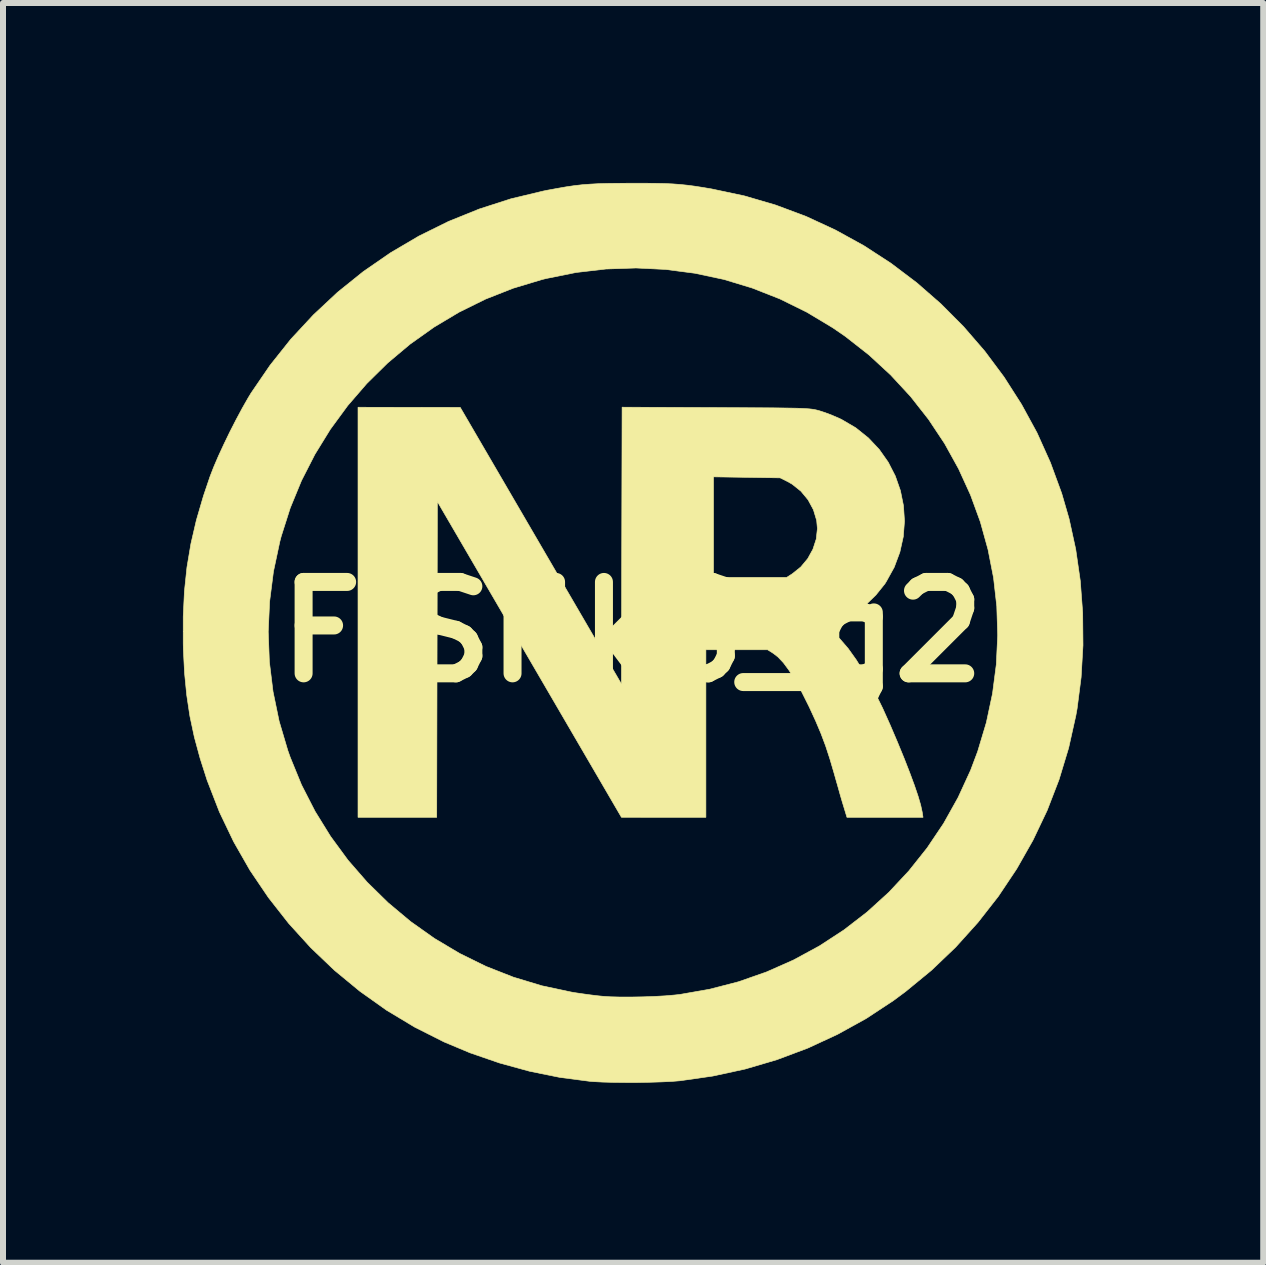
<source format=kicad_pcb>
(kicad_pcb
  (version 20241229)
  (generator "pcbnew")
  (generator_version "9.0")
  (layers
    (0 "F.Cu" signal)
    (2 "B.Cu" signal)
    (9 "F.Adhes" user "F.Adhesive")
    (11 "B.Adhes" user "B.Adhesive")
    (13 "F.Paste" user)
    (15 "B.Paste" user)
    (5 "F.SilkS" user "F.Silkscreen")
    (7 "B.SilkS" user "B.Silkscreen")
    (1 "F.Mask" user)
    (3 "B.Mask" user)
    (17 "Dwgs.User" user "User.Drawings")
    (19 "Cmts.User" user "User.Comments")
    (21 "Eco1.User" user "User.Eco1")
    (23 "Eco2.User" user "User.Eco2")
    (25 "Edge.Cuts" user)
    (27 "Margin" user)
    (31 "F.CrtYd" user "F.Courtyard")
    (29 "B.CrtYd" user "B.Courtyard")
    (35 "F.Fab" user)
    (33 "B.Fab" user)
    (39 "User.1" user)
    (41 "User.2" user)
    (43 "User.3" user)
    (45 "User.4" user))
  (footprint "F.SilkS_g2"
    (layer "F.Cu")
    (at 7.491 7.487)
    (property "Reference" "F.SilkS_g2" (at 0 0 0) (layer "F.SilkS") (effects (font (size 1.524 1.524) (thickness 0.3))))
    (attr through_hole)
    (fp_poly (pts (xy 1.392 -3.742) (xy 1.686 -3.74) (xy 1.942 -3.739) (xy 2.161 -3.738) (xy 2.347 -3.737) (xy 2.504 -3.735) (xy 2.634 -3.733) (xy 2.741 -3.731) (xy 2.828 -3.728) (xy 2.898 -3.724) (xy 2.953 -3.72) (xy 2.998 -3.715) (xy 3.036 -3.709) (xy 3.069 -3.702) (xy 3.101 -3.694) (xy 3.122 -3.688) (xy 3.22 -3.656) (xy 3.335 -3.612) (xy 3.448 -3.563) (xy 3.487 -3.545) (xy 3.726 -3.405) (xy 3.937 -3.236) (xy 4.118 -3.044) (xy 4.268 -2.831) (xy 4.386 -2.601) (xy 4.471 -2.358) (xy 4.522 -2.106) (xy 4.539 -1.848) (xy 4.519 -1.589) (xy 4.462 -1.332) (xy 4.368 -1.08) (xy 4.234 -0.838) (xy 4.212 -0.803) (xy 4.062 -0.616) (xy 3.883 -0.443) (xy 3.683 -0.292) (xy 3.472 -0.172) (xy 3.386 -0.134) (xy 3.3 -0.096) (xy 3.251 -0.067) (xy 3.24 -0.049) (xy 3.269 -0.042) (xy 3.273 -0.042) (xy 3.302 -0.028) (xy 3.351 0.011) (xy 3.415 0.069) (xy 3.469 0.123) (xy 3.6 0.275) (xy 3.737 0.467) (xy 3.879 0.698) (xy 4.024 0.965) (xy 4.173 1.267) (xy 4.298 1.545) (xy 4.423 1.838) (xy 4.533 2.106) (xy 4.627 2.347) (xy 4.705 2.558) (xy 4.766 2.738) (xy 4.809 2.885) (xy 4.833 2.996) (xy 4.834 3) (xy 4.848 3.09) (xy 3.58 3.09) (xy 3.527 2.916) (xy 3.503 2.837) (xy 3.471 2.728) (xy 3.435 2.599) (xy 3.396 2.463) (xy 3.367 2.36) (xy 3.295 2.115) (xy 3.224 1.898) (xy 3.147 1.693) (xy 3.059 1.485) (xy 2.955 1.259) (xy 2.942 1.232) (xy 2.824 0.996) (xy 2.715 0.799) (xy 2.614 0.639) (xy 2.52 0.512) (xy 2.43 0.417) (xy 2.353 0.357) (xy 2.257 0.296) (xy 1.228 0.296) (xy 1.228 3.09) (xy 0.524 3.09) (xy -0.18 3.089) (xy -1.714 0.458) (xy -3.249 -2.174) (xy -3.26 3.09) (xy -4.572 3.09) (xy -4.572 -3.747) (xy -2.868 -3.745) (xy -1.524 -1.439) (xy -0.18 0.867) (xy -0.176 -0.91) (xy 1.355 -0.91) (xy 2.574 -0.91) (xy 2.668 -0.97) (xy 2.81 -1.084) (xy 2.926 -1.223) (xy 3.013 -1.381) (xy 3.068 -1.55) (xy 3.087 -1.724) (xy 3.075 -1.859) (xy 3.021 -2.038) (xy 2.932 -2.203) (xy 2.812 -2.348) (xy 2.667 -2.464) (xy 2.59 -2.508) (xy 2.466 -2.57) (xy 1.355 -2.587) (xy 1.355 -0.91) (xy -0.176 -0.91) (xy -0.175 -1.44) (xy -0.169 -3.748) (xy 1.392 -3.742)) (stroke (width 0.01) (type solid)) (fill yes) (layer "F.SilkS"))
    (fp_poly (pts (xy 0.212 -7.482) (xy 0.39 -7.48) (xy 0.54 -7.477) (xy 0.672 -7.471) (xy 0.793 -7.462) (xy 0.911 -7.45) (xy 1.034 -7.434) (xy 1.169 -7.413) (xy 1.324 -7.387) (xy 1.333 -7.385) (xy 1.87 -7.271) (xy 2.392 -7.118) (xy 2.9 -6.928) (xy 3.39 -6.701) (xy 3.862 -6.441) (xy 4.313 -6.148) (xy 4.742 -5.824) (xy 5.146 -5.471) (xy 5.525 -5.09) (xy 5.877 -4.683) (xy 6.199 -4.251) (xy 6.49 -3.796) (xy 6.749 -3.321) (xy 6.972 -2.825) (xy 7.16 -2.312) (xy 7.283 -1.888) (xy 7.394 -1.379) (xy 7.47 -0.853) (xy 7.51 -0.318) (xy 7.515 0.221) (xy 7.484 0.755) (xy 7.417 1.278) (xy 7.396 1.394) (xy 7.276 1.933) (xy 7.116 2.461) (xy 6.918 2.974) (xy 6.682 3.47) (xy 6.41 3.949) (xy 6.104 4.407) (xy 5.764 4.842) (xy 5.393 5.254) (xy 4.99 5.639) (xy 4.557 5.995) (xy 4.352 6.147) (xy 3.899 6.445) (xy 3.423 6.708) (xy 2.926 6.938) (xy 2.411 7.131) (xy 1.881 7.287) (xy 1.341 7.404) (xy 0.796 7.482) (xy 0.659 7.493) (xy 0.489 7.501) (xy 0.297 7.507) (xy 0.092 7.511) (xy -0.115 7.511) (xy -0.314 7.509) (xy -0.495 7.504) (xy -0.649 7.496) (xy -0.709 7.491) (xy -1.206 7.426) (xy -1.709 7.324) (xy -2.212 7.186) (xy -2.705 7.016) (xy -3.137 6.835) (xy -3.627 6.588) (xy -4.096 6.306) (xy -4.542 5.989) (xy -4.964 5.641) (xy -5.36 5.263) (xy -5.728 4.858) (xy -6.066 4.427) (xy -6.373 3.973) (xy -6.645 3.497) (xy -6.882 3.002) (xy -7.081 2.489) (xy -7.086 2.477) (xy -7.205 2.105) (xy -7.301 1.751) (xy -7.375 1.403) (xy -7.428 1.051) (xy -7.464 0.683) (xy -7.484 0.289) (xy -7.486 0.191) (xy -7.486 -0.005) (xy -6.069 -0.005) (xy -6.05 0.496) (xy -5.989 0.994) (xy -5.887 1.488) (xy -5.743 1.974) (xy -5.703 2.087) (xy -5.514 2.549) (xy -5.288 2.99) (xy -5.029 3.409) (xy -4.739 3.804) (xy -4.418 4.173) (xy -4.07 4.514) (xy -3.696 4.827) (xy -3.298 5.109) (xy -2.878 5.359) (xy -2.439 5.575) (xy -1.981 5.755) (xy -1.508 5.898) (xy -1.021 6.002) (xy -0.972 6.011) (xy -0.844 6.03) (xy -0.706 6.049) (xy -0.576 6.065) (xy -0.497 6.073) (xy -0.365 6.082) (xy -0.202 6.086) (xy -0.018 6.086) (xy 0.176 6.083) (xy 0.37 6.076) (xy 0.551 6.066) (xy 0.711 6.052) (xy 0.794 6.043) (xy 1.29 5.956) (xy 1.773 5.831) (xy 2.241 5.667) (xy 2.69 5.468) (xy 3.121 5.234) (xy 3.53 4.967) (xy 3.916 4.669) (xy 4.277 4.341) (xy 4.611 3.984) (xy 4.916 3.601) (xy 5.191 3.192) (xy 5.433 2.759) (xy 5.642 2.304) (xy 5.76 1.99) (xy 5.904 1.51) (xy 6.007 1.026) (xy 6.07 0.541) (xy 6.093 0.056) (xy 6.078 -0.427) (xy 6.024 -0.904) (xy 5.932 -1.374) (xy 5.804 -1.836) (xy 5.64 -2.285) (xy 5.441 -2.721) (xy 5.208 -3.142) (xy 4.941 -3.544) (xy 4.641 -3.926) (xy 4.309 -4.285) (xy 3.946 -4.62) (xy 3.552 -4.929) (xy 3.344 -5.072) (xy 2.913 -5.331) (xy 2.465 -5.552) (xy 2.003 -5.734) (xy 1.529 -5.878) (xy 1.046 -5.981) (xy 0.555 -6.045) (xy 0.06 -6.069) (xy -0.438 -6.052) (xy -0.936 -5.994) (xy -1.432 -5.894) (xy -1.506 -5.876) (xy -1.984 -5.732) (xy -2.444 -5.551) (xy -2.886 -5.333) (xy -3.306 -5.082) (xy -3.704 -4.799) (xy -4.078 -4.485) (xy -4.425 -4.143) (xy -4.744 -3.774) (xy -5.033 -3.38) (xy -5.29 -2.963) (xy -5.514 -2.525) (xy -5.702 -2.068) (xy -5.853 -1.594) (xy -5.876 -1.506) (xy -5.982 -1.008) (xy -6.046 -0.507) (xy -6.069 -0.005) (xy -7.486 -0.005) (xy -7.486 -0.258) (xy -7.466 -0.678) (xy -7.424 -1.079) (xy -7.358 -1.472) (xy -7.267 -1.864) (xy -7.149 -2.268) (xy -7.039 -2.593) (xy -6.978 -2.75) (xy -6.9 -2.932) (xy -6.808 -3.131) (xy -6.708 -3.338) (xy -6.604 -3.541) (xy -6.501 -3.733) (xy -6.404 -3.903) (xy -6.355 -3.984) (xy -6.039 -4.446) (xy -5.693 -4.881) (xy -5.316 -5.287) (xy -4.913 -5.664) (xy -4.484 -6.009) (xy -4.031 -6.322) (xy -3.557 -6.601) (xy -3.063 -6.845) (xy -2.551 -7.052) (xy -2.024 -7.222) (xy -1.482 -7.352) (xy -1.418 -7.365) (xy -1.249 -7.396) (xy -1.101 -7.422) (xy -0.965 -7.442) (xy -0.834 -7.457) (xy -0.7 -7.467) (xy -0.555 -7.475) (xy -0.391 -7.479) (xy -0.199 -7.481) (xy 0 -7.482) (xy 0.212 -7.482)) (stroke (width 0.01) (type solid)) (fill yes) (layer "F.SilkS")))
  (gr_rect
    (start -3 -3)
    (end 18.011 18.003)
    (stroke (width 0.1) (type default))
    (fill no)
    (layer "Edge.Cuts")))
</source>
